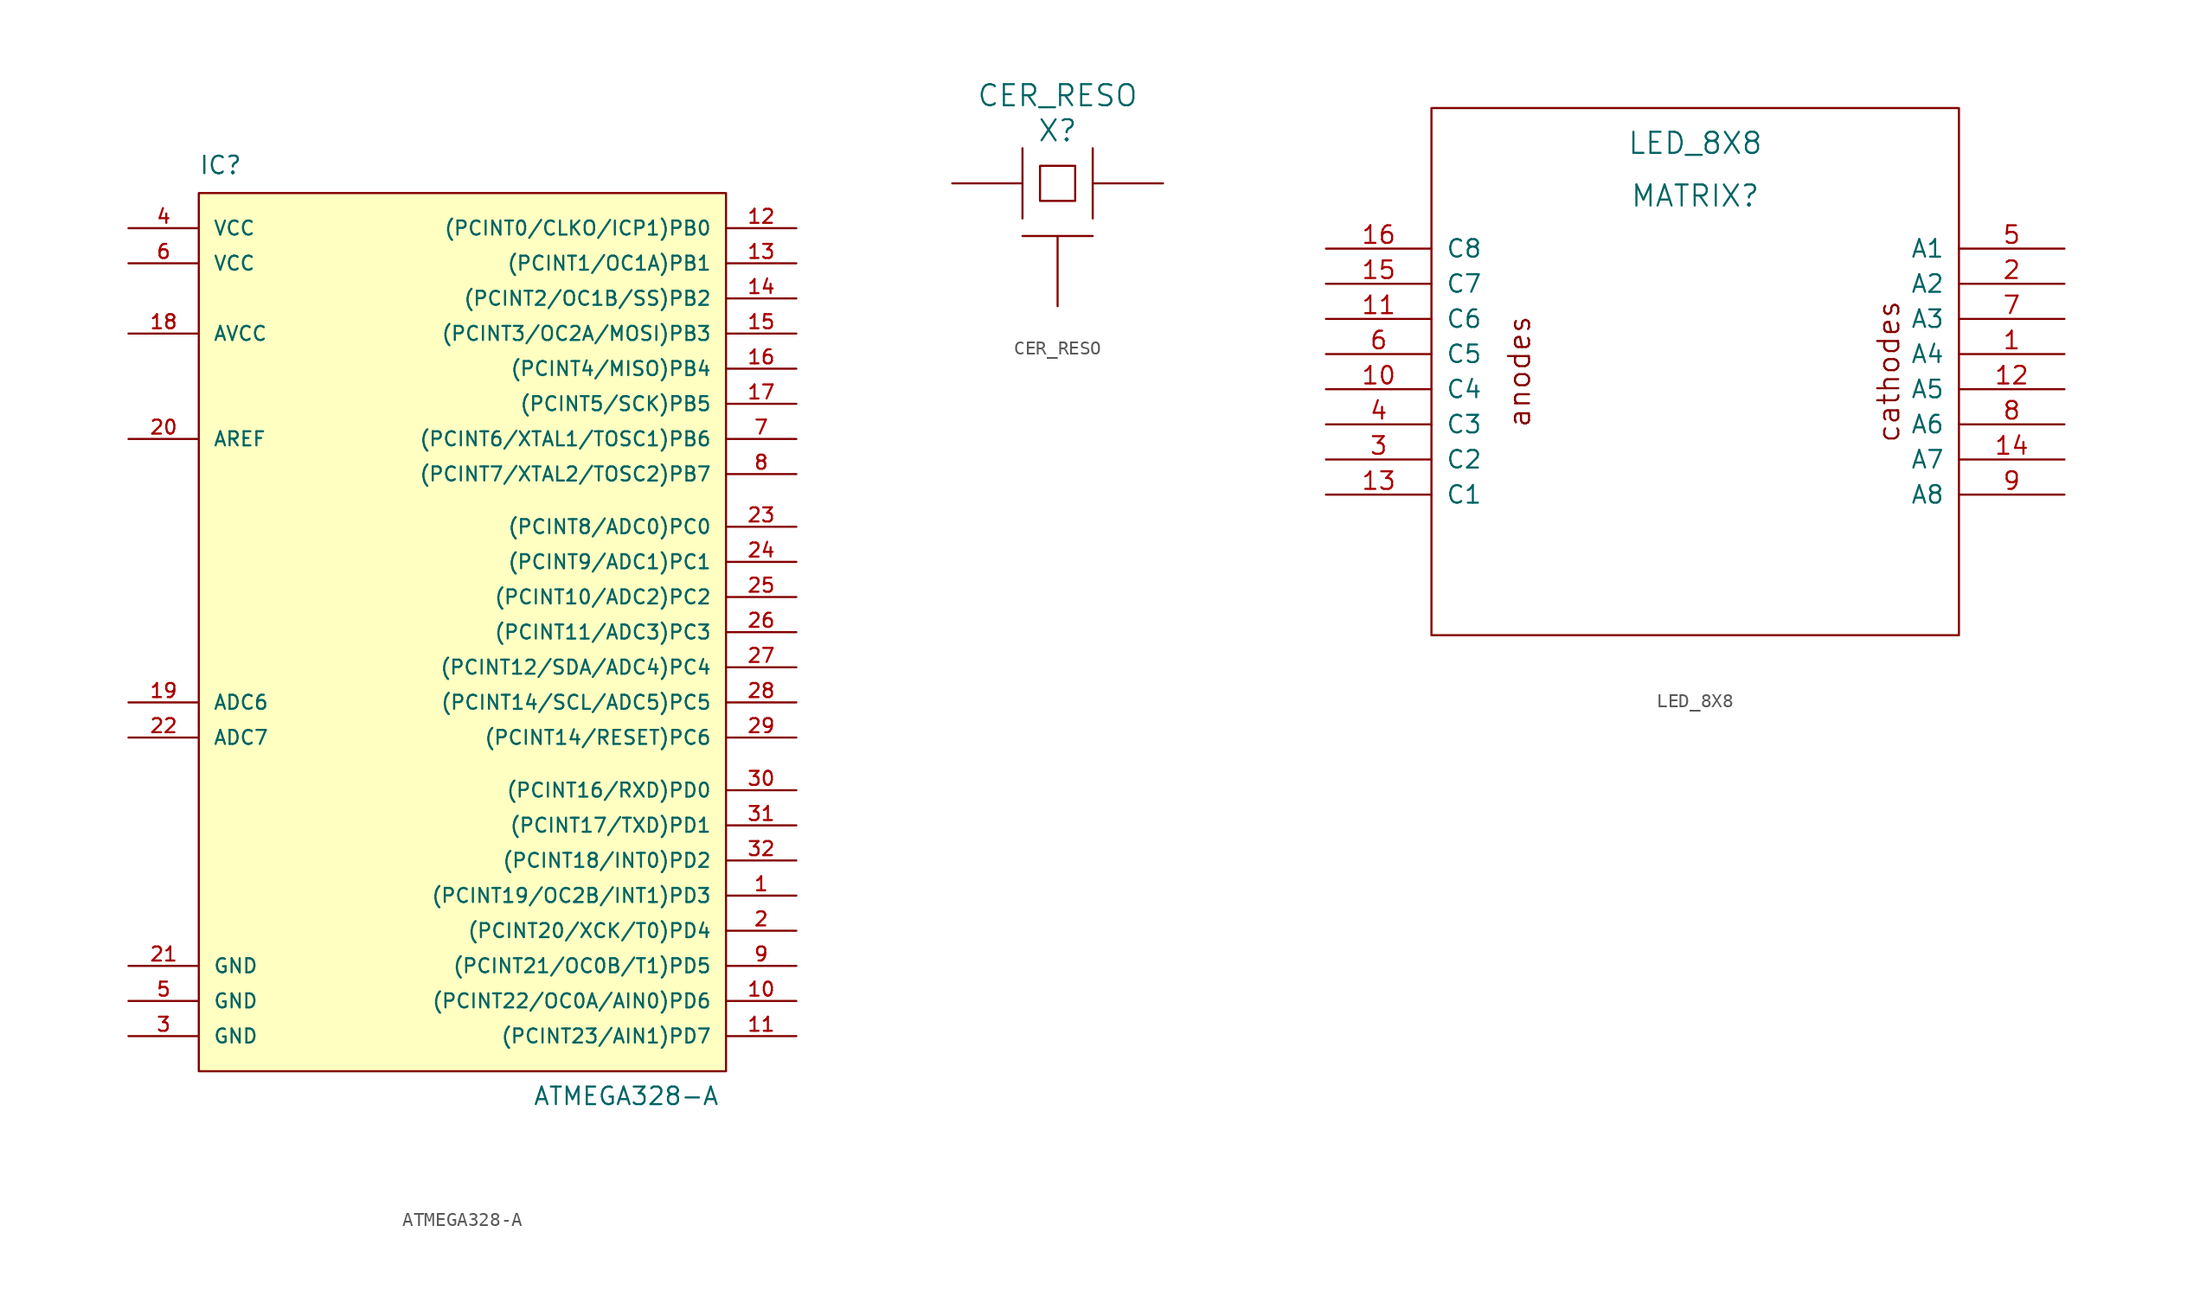
<source format=kicad_sym>
(kicad_symbol_lib
  (version 20220914)
  (generator kicad_symbol_editor)
  (symbol "ATMEGA328-A"
    (pin_names
      (offset 1.016))
    (property "Reference" "IC"
      (at -17.78 31.75 0)
      (effects (font (size 1.27 1.27)) (justify left bottom)))
    (property "Value" "ATMEGA328-A"
      (at 6.35 -35.56 0)
      (effects (font (size 1.27 1.27)) (justify left bottom)))
    (property "Datasheet" ""
      (at 0 0 0)
      (effects (font (size 1.524 1.524))))
    (symbol "ATMEGA328-A_0_1"
      (rectangle (start -17.78 30.48) (end 20.32 -33.02) (stroke (width 0) (type solid)) (fill (type background))))
    (symbol "ATMEGA328-A_1_1"
      (pin bidirectional line (at 25.4 -20.32 180) (length 5.08) (name "(PCINT19/OC2B/INT1)PD3" (effects (font (size 1.016 1.016)))) (number "1" (effects (font (size 1.016 1.016)))))
      (pin bidirectional line (at 25.4 -27.94 180) (length 5.08) (name "(PCINT22/OC0A/AIN0)PD6" (effects (font (size 1.016 1.016)))) (number "10" (effects (font (size 1.016 1.016)))))
      (pin bidirectional line (at 25.4 -30.48 180) (length 5.08) (name "(PCINT23/AIN1)PD7" (effects (font (size 1.016 1.016)))) (number "11" (effects (font (size 1.016 1.016)))))
      (pin bidirectional line (at 25.4 27.94 180) (length 5.08) (name "(PCINT0/CLKO/ICP1)PB0" (effects (font (size 1.016 1.016)))) (number "12" (effects (font (size 1.016 1.016)))))
      (pin bidirectional line (at 25.4 25.4 180) (length 5.08) (name "(PCINT1/OC1A)PB1" (effects (font (size 1.016 1.016)))) (number "13" (effects (font (size 1.016 1.016)))))
      (pin bidirectional line (at 25.4 22.86 180) (length 5.08) (name "(PCINT2/OC1B/SS)PB2" (effects (font (size 1.016 1.016)))) (number "14" (effects (font (size 1.016 1.016)))))
      (pin bidirectional line (at 25.4 20.32 180) (length 5.08) (name "(PCINT3/OC2A/MOSI)PB3" (effects (font (size 1.016 1.016)))) (number "15" (effects (font (size 1.016 1.016)))))
      (pin bidirectional line (at 25.4 17.78 180) (length 5.08) (name "(PCINT4/MISO)PB4" (effects (font (size 1.016 1.016)))) (number "16" (effects (font (size 1.016 1.016)))))
      (pin bidirectional line (at 25.4 15.24 180) (length 5.08) (name "(PCINT5/SCK)PB5" (effects (font (size 1.016 1.016)))) (number "17" (effects (font (size 1.016 1.016)))))
      (pin power_in line (at -22.86 20.32 0) (length 5.08) (name "AVCC" (effects (font (size 1.016 1.016)))) (number "18" (effects (font (size 1.016 1.016)))))
      (pin input line (at -22.86 -6.35 0) (length 5.08) (name "ADC6" (effects (font (size 1.016 1.016)))) (number "19" (effects (font (size 1.016 1.016)))))
      (pin bidirectional line (at 25.4 -22.86 180) (length 5.08) (name "(PCINT20/XCK/T0)PD4" (effects (font (size 1.016 1.016)))) (number "2" (effects (font (size 1.016 1.016)))))
      (pin passive line (at -22.86 12.7 0) (length 5.08) (name "AREF" (effects (font (size 1.016 1.016)))) (number "20" (effects (font (size 1.016 1.016)))))
      (pin power_in line (at -22.86 -25.4 0) (length 5.08) (name "GND" (effects (font (size 1.016 1.016)))) (number "21" (effects (font (size 1.016 1.016)))))
      (pin power_in line (at -22.86 -8.89 0) (length 5.08) (name "ADC7" (effects (font (size 1.016 1.016)))) (number "22" (effects (font (size 1.016 1.016)))))
      (pin bidirectional line (at 25.4 6.35 180) (length 5.08) (name "(PCINT8/ADC0)PC0" (effects (font (size 1.016 1.016)))) (number "23" (effects (font (size 1.016 1.016)))))
      (pin bidirectional line (at 25.4 3.81 180) (length 5.08) (name "(PCINT9/ADC1)PC1" (effects (font (size 1.016 1.016)))) (number "24" (effects (font (size 1.016 1.016)))))
      (pin bidirectional line (at 25.4 1.27 180) (length 5.08) (name "(PCINT10/ADC2)PC2" (effects (font (size 1.016 1.016)))) (number "25" (effects (font (size 1.016 1.016)))))
      (pin bidirectional line (at 25.4 -1.27 180) (length 5.08) (name "(PCINT11/ADC3)PC3" (effects (font (size 1.016 1.016)))) (number "26" (effects (font (size 1.016 1.016)))))
      (pin bidirectional line (at 25.4 -3.81 180) (length 5.08) (name "(PCINT12/SDA/ADC4)PC4" (effects (font (size 1.016 1.016)))) (number "27" (effects (font (size 1.016 1.016)))))
      (pin bidirectional line (at 25.4 -6.35 180) (length 5.08) (name "(PCINT14/SCL/ADC5)PC5" (effects (font (size 1.016 1.016)))) (number "28" (effects (font (size 1.016 1.016)))))
      (pin bidirectional line (at 25.4 -8.89 180) (length 5.08) (name "(PCINT14/RESET)PC6" (effects (font (size 1.016 1.016)))) (number "29" (effects (font (size 1.016 1.016)))))
      (pin power_in line (at -22.86 -30.48 0) (length 5.08) (name "GND" (effects (font (size 1.016 1.016)))) (number "3" (effects (font (size 1.016 1.016)))))
      (pin bidirectional line (at 25.4 -12.7 180) (length 5.08) (name "(PCINT16/RXD)PD0" (effects (font (size 1.016 1.016)))) (number "30" (effects (font (size 1.016 1.016)))))
      (pin bidirectional line (at 25.4 -15.24 180) (length 5.08) (name "(PCINT17/TXD)PD1" (effects (font (size 1.016 1.016)))) (number "31" (effects (font (size 1.016 1.016)))))
      (pin bidirectional line (at 25.4 -17.78 180) (length 5.08) (name "(PCINT18/INT0)PD2" (effects (font (size 1.016 1.016)))) (number "32" (effects (font (size 1.016 1.016)))))
      (pin power_in line (at -22.86 27.94 0) (length 5.08) (name "VCC" (effects (font (size 1.016 1.016)))) (number "4" (effects (font (size 1.016 1.016)))))
      (pin power_in line (at -22.86 -27.94 0) (length 5.08) (name "GND" (effects (font (size 1.016 1.016)))) (number "5" (effects (font (size 1.016 1.016)))))
      (pin power_in line (at -22.86 25.4 0) (length 5.08) (name "VCC" (effects (font (size 1.016 1.016)))) (number "6" (effects (font (size 1.016 1.016)))))
      (pin bidirectional line (at 25.4 12.7 180) (length 5.08) (name "(PCINT6/XTAL1/TOSC1)PB6" (effects (font (size 1.016 1.016)))) (number "7" (effects (font (size 1.016 1.016)))))
      (pin bidirectional line (at 25.4 10.16 180) (length 5.08) (name "(PCINT7/XTAL2/TOSC2)PB7" (effects (font (size 1.016 1.016)))) (number "8" (effects (font (size 1.016 1.016)))))
      (pin bidirectional line (at 25.4 -25.4 180) (length 5.08) (name "(PCINT21/OC0B/T1)PD5" (effects (font (size 1.016 1.016)))) (number "9" (effects (font (size 1.016 1.016)))))))
  (symbol "CER_RESO"
    (pin_numbers hide)
    (pin_names
      (offset 1.016) hide)
    (property "Reference" "X"
      (at 0 3.81 0)
      (effects (font (size 1.524 1.524))))
    (property "Value" "CER_RESO"
      (at 0 6.35 0)
      (effects (font (size 1.524 1.524))))
    (property "Footprint" ""
      (at 0 0 0)
      (effects (font (size 1.524 1.524))))
    (property "Datasheet" ""
      (at 0 0 0)
      (effects (font (size 1.524 1.524))))
    (symbol "CER_RESO_0_1"
      (polyline (pts (xy -2.54 2.54) (xy -2.54 -2.54)) (stroke (width 0) (type solid)) (fill (type none)))
      (polyline (pts (xy 2.54 2.54) (xy 2.54 -2.54)) (stroke (width 0) (type solid)) (fill (type none)))
      (polyline (pts (xy -2.54 -3.81) (xy 2.54 -3.81) (xy 2.54 -3.81)) (stroke (width 0) (type solid)) (fill (type none)))
      (polyline (pts (xy -1.27 1.27) (xy 1.27 1.27) (xy 1.27 -1.27) (xy -1.27 -1.27) (xy -1.27 1.27)) (stroke (width 0) (type solid)) (fill (type none))))
    (symbol "CER_RESO_1_1"
      (pin passive line (at -7.62 0 0) (length 5.08) (name "1" (effects (font (size 1.016 1.016)))) (number "1" (effects (font (size 1.016 1.016)))))
      (pin power_in line (at 0 -8.89 90) (length 5.08) (name "GND" (effects (font (size 1.016 1.016)))) (number "2" (effects (font (size 1.016 1.016)))))
      (pin passive line (at 7.62 0 180) (length 5.08) (name "3" (effects (font (size 1.016 1.016)))) (number "3" (effects (font (size 1.016 1.016)))))))
  (symbol "LED_8X8"
    (pin_names
      (offset 1.016))
    (property "Reference" "MATRIX"
      (at 0 12.7 0)
      (effects (font (size 1.524 1.524))))
    (property "Value" "LED_8X8"
      (at 0 16.51 0)
      (effects (font (size 1.524 1.524))))
    (property "Footprint" ""
      (at 0 0 0)
      (effects (font (size 1.524 1.524))))
    (property "Datasheet" ""
      (at 0 0 0)
      (effects (font (size 1.524 1.524))))
    (symbol "LED_8X8_0_0"
      (text "cathodes" (at 13.97 0 900) (effects (font (size 1.524 1.524)))))
    (symbol "LED_8X8_0_1"
      (rectangle (start -19.05 -19.05) (end 19.05 19.05) (stroke (width 0) (type solid)) (fill (type none))))
    (symbol "LED_8X8_1_0"
      (text "anodes" (at -12.7 0 900) (effects (font (size 1.524 1.524)))))
    (symbol "LED_8X8_1_1"
      (pin input line (at 26.67 1.27 180) (length 7.62) (name "A4" (effects (font (size 1.27 1.27)))) (number "1" (effects (font (size 1.27 1.27)))))
      (pin input line (at -26.67 -1.27 0) (length 7.62) (name "C4" (effects (font (size 1.27 1.27)))) (number "10" (effects (font (size 1.27 1.27)))))
      (pin input line (at -26.67 3.81 0) (length 7.62) (name "C6" (effects (font (size 1.27 1.27)))) (number "11" (effects (font (size 1.27 1.27)))))
      (pin input line (at 26.67 -1.27 180) (length 7.62) (name "A5" (effects (font (size 1.27 1.27)))) (number "12" (effects (font (size 1.27 1.27)))))
      (pin input line (at -26.67 -8.89 0) (length 7.62) (name "C1" (effects (font (size 1.27 1.27)))) (number "13" (effects (font (size 1.27 1.27)))))
      (pin input line (at 26.67 -6.35 180) (length 7.62) (name "A7" (effects (font (size 1.27 1.27)))) (number "14" (effects (font (size 1.27 1.27)))))
      (pin input line (at -26.67 6.35 0) (length 7.62) (name "C7" (effects (font (size 1.27 1.27)))) (number "15" (effects (font (size 1.27 1.27)))))
      (pin input line (at -26.67 8.89 0) (length 7.62) (name "C8" (effects (font (size 1.27 1.27)))) (number "16" (effects (font (size 1.27 1.27)))))
      (pin input line (at 26.67 6.35 180) (length 7.62) (name "A2" (effects (font (size 1.27 1.27)))) (number "2" (effects (font (size 1.27 1.27)))))
      (pin input line (at -26.67 -6.35 0) (length 7.62) (name "C2" (effects (font (size 1.27 1.27)))) (number "3" (effects (font (size 1.27 1.27)))))
      (pin input line (at -26.67 -3.81 0) (length 7.62) (name "C3" (effects (font (size 1.27 1.27)))) (number "4" (effects (font (size 1.27 1.27)))))
      (pin input line (at 26.67 8.89 180) (length 7.62) (name "A1" (effects (font (size 1.27 1.27)))) (number "5" (effects (font (size 1.27 1.27)))))
      (pin input line (at -26.67 1.27 0) (length 7.62) (name "C5" (effects (font (size 1.27 1.27)))) (number "6" (effects (font (size 1.27 1.27)))))
      (pin input line (at 26.67 3.81 180) (length 7.62) (name "A3" (effects (font (size 1.27 1.27)))) (number "7" (effects (font (size 1.27 1.27)))))
      (pin input line (at 26.67 -3.81 180) (length 7.62) (name "A6" (effects (font (size 1.27 1.27)))) (number "8" (effects (font (size 1.27 1.27)))))
      (pin input line (at 26.67 -8.89 180) (length 7.62) (name "A8" (effects (font (size 1.27 1.27)))) (number "9" (effects (font (size 1.27 1.27))))))))
</source>
